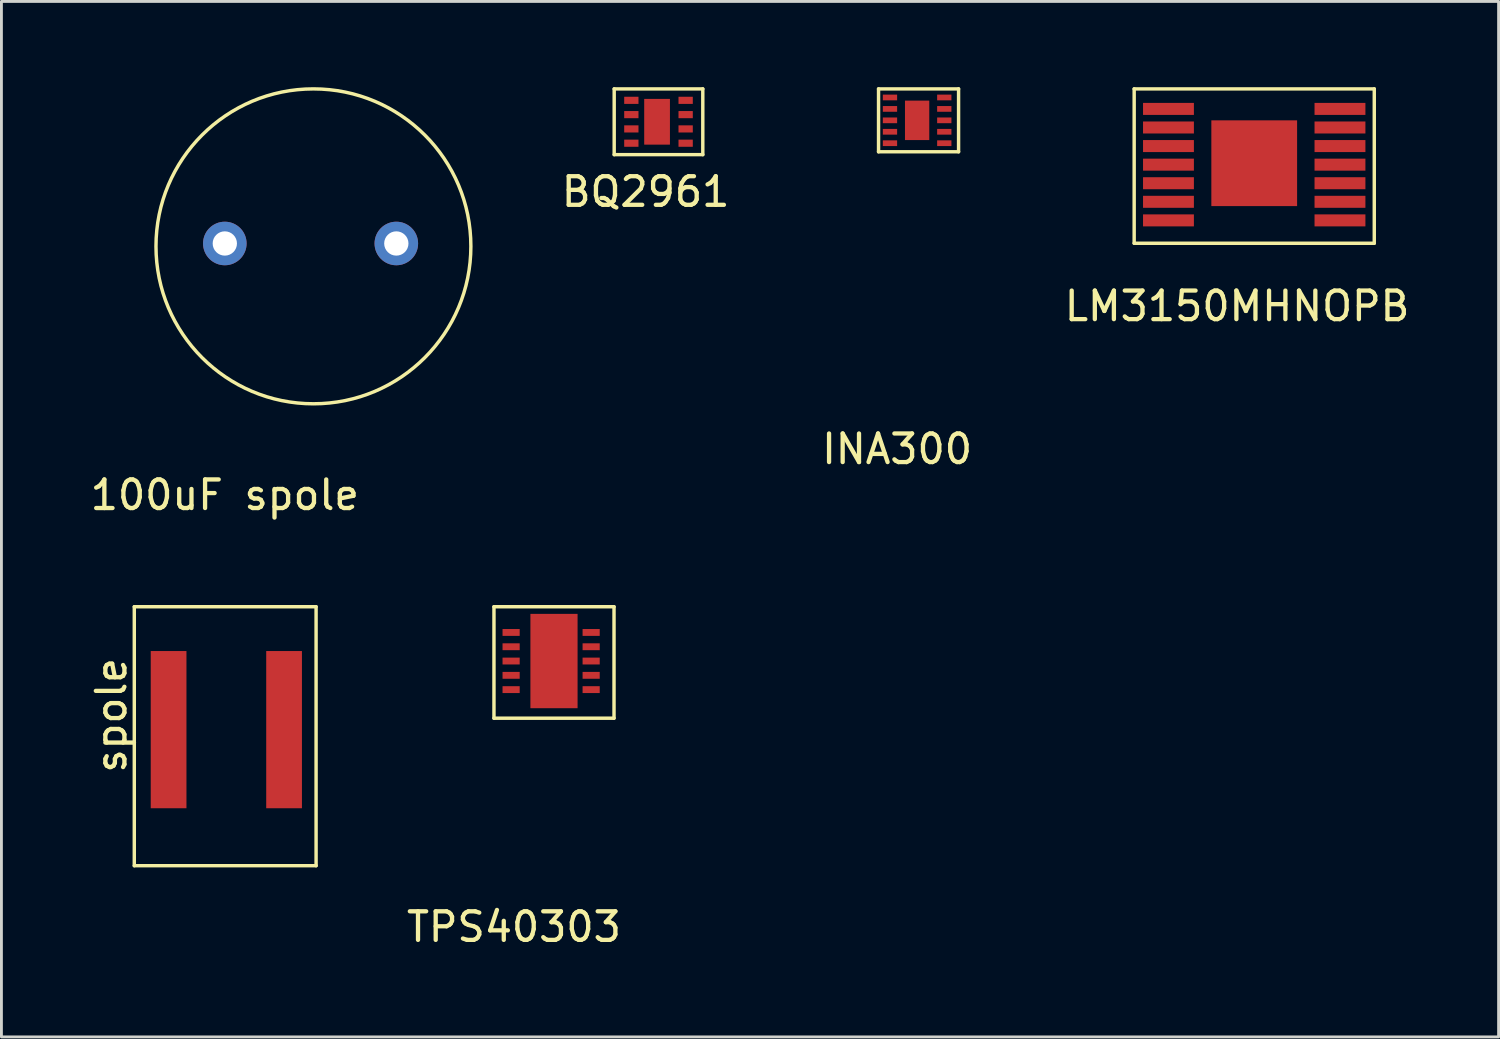
<source format=kicad_pcb>
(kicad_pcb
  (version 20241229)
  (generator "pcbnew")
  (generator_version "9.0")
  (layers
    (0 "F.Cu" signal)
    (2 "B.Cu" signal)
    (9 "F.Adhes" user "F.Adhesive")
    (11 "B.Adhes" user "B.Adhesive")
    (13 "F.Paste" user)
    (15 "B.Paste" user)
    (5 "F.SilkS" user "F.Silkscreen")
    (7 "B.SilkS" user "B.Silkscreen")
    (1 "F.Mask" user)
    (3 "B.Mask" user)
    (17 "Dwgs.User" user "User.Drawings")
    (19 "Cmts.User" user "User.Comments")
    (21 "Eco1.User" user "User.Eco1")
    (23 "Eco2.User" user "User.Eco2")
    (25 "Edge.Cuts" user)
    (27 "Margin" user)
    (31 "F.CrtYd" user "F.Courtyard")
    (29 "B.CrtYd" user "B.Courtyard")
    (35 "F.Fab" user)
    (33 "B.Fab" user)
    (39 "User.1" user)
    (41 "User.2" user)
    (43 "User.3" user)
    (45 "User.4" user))
  (footprint "spole"
    (layer "F.Cu")
    (at 1.648 21.676)
    (property "Reference" "spole" (at -0.8 0.3 90) (layer "F.SilkS") (effects (font (size 1 1) (thickness 0.15))))
    (attr through_hole)
    (fp_line (start 0 -3.5) (end 6.36 -3.5) (stroke (width 0.12) (type solid)) (layer "F.SilkS"))
    (fp_line (start 0 5.56) (end 0 -3.5) (stroke (width 0.12) (type solid)) (layer "F.SilkS"))
    (fp_line (start 0 5.56) (end 6.36 5.56) (stroke (width 0.12) (type solid)) (layer "F.SilkS"))
    (fp_line (start 6.36 -3.5) (end 6.36 5.56) (stroke (width 0.12) (type solid)) (layer "F.SilkS"))
    (pad "1" smd rect (at 1.2 0.8) (size 1.25 5.5) (layers "F.Cu" "F.Mask" "F.Paste"))
    (pad "2" smd rect (at 5.24 0.8) (size 1.25 5.5) (layers "F.Cu" "F.Mask" "F.Paste")))
  (footprint "INA300"
    (layer "F.Cu")
    (at 29.035 1.06)
    (property "Reference" "INA300" (at -0.7 11.6 0) (layer "F.SilkS") (effects (font (size 1 1) (thickness 0.15))))
    (attr through_hole)
    (fp_line (start -1.35 -1) (end 1.45 -1) (stroke (width 0.12) (type solid)) (layer "F.SilkS"))
    (fp_line (start -1.35 1.2) (end -1.35 -1) (stroke (width 0.12) (type solid)) (layer "F.SilkS"))
    (fp_line (start 1.45 -1) (end 1.45 1.2) (stroke (width 0.12) (type solid)) (layer "F.SilkS"))
    (fp_line (start 1.45 1.2) (end -1.35 1.2) (stroke (width 0.12) (type solid)) (layer "F.SilkS"))
    (pad "1" smd rect (at -0.95 -0.7) (size 0.5 0.2) (layers "F.Cu" "F.Mask" "F.Paste"))
    (pad "2" smd rect (at -0.95 -0.3) (size 0.5 0.2) (layers "F.Cu" "F.Mask" "F.Paste"))
    (pad "3" smd rect (at -0.95 0.1) (size 0.5 0.2) (layers "F.Cu" "F.Mask" "F.Paste"))
    (pad "4" smd rect (at -0.95 0.5) (size 0.5 0.2) (layers "F.Cu" "F.Mask" "F.Paste"))
    (pad "5" smd rect (at -0.95 0.9) (size 0.5 0.2) (layers "F.Cu" "F.Mask" "F.Paste"))
    (pad "6" smd rect (at 0.95 0.9) (size 0.5 0.2) (layers "F.Cu" "F.Mask" "F.Paste"))
    (pad "7" smd rect (at 0.95 0.5) (size 0.5 0.2) (layers "F.Cu" "F.Mask" "F.Paste"))
    (pad "8" smd rect (at 0.95 0.1) (size 0.5 0.2) (layers "F.Cu" "F.Mask" "F.Paste"))
    (pad "9" smd rect (at 0.95 -0.3) (size 0.5 0.2) (layers "F.Cu" "F.Mask" "F.Paste"))
    (pad "10" smd rect (at 0.95 -0.7) (size 0.5 0.2) (layers "F.Cu" "F.Mask" "F.Paste"))
    (pad "11" smd rect (at 0 0.1) (size 0.85 1.38) (layers "F.Cu" "F.Mask" "F.Paste")))
  (footprint "100uF spole"
    (layer "F.Cu")
    (at 4.815 5.468)
    (property "Reference" "100uF spole" (at 0 8.8 0) (layer "F.SilkS") (effects (font (size 1 1) (thickness 0.15))))
    (attr through_hole)
    (fp_circle (center 3.1 0.1) (end 8.4 -1.4) (stroke (width 0.12) (type solid)) (fill no) (layer "F.SilkS"))
    (pad "1" thru_hole circle (at 0 0) (size 1.524 1.524) (drill 0.85) (layers "*.Cu" "*.Mask"))
    (pad "2" thru_hole circle (at 6 0) (size 1.524 1.524) (drill 0.85) (layers "*.Cu" "*.Mask")))
  (footprint "LM3150MHNOPB"
    (layer "F.Cu")
    (at 37.828 0.56)
    (property "Reference" "LM3150MHNOPB" (at 2.4 7.1 0) (layer "F.SilkS") (effects (font (size 1 1) (thickness 0.15))))
    (attr through_hole)
    (fp_line (start -1.2 -0.5) (end 7.2 -0.5) (stroke (width 0.12) (type solid)) (layer "F.SilkS"))
    (fp_line (start -1.2 4.9) (end -1.2 -0.5) (stroke (width 0.12) (type solid)) (layer "F.SilkS"))
    (fp_line (start 7.2 -0.5) (end 7.2 4.9) (stroke (width 0.12) (type solid)) (layer "F.SilkS"))
    (fp_line (start 7.2 4.9) (end -1.2 4.9) (stroke (width 0.12) (type solid)) (layer "F.SilkS"))
    (pad "1" smd rect (at 0 0.2) (size 1.78 0.42) (layers "F.Cu" "F.Mask" "F.Paste"))
    (pad "2" smd rect (at 0 0.85) (size 1.78 0.42) (layers "F.Cu" "F.Mask" "F.Paste"))
    (pad "3" smd rect (at 0 1.5) (size 1.78 0.42) (layers "F.Cu" "F.Mask" "F.Paste"))
    (pad "4" smd rect (at 0 2.15) (size 1.78 0.42) (layers "F.Cu" "F.Mask" "F.Paste"))
    (pad "5" smd rect (at 0 2.8) (size 1.78 0.42) (layers "F.Cu" "F.Mask" "F.Paste"))
    (pad "6" smd rect (at 0 3.45) (size 1.78 0.42) (layers "F.Cu" "F.Mask" "F.Paste"))
    (pad "7" smd rect (at 0 4.1) (size 1.78 0.42) (layers "F.Cu" "F.Mask" "F.Paste"))
    (pad "8" smd rect (at 6 4.1) (size 1.78 0.42) (layers "F.Cu" "F.Mask" "F.Paste"))
    (pad "9" smd rect (at 6 3.45) (size 1.78 0.42) (layers "F.Cu" "F.Mask" "F.Paste"))
    (pad "10" smd rect (at 6 2.8) (size 1.78 0.42) (layers "F.Cu" "F.Mask" "F.Paste"))
    (pad "11" smd rect (at 6 2.15) (size 1.78 0.42) (layers "F.Cu" "F.Mask" "F.Paste"))
    (pad "12" smd rect (at 6 1.5) (size 1.78 0.42) (layers "F.Cu" "F.Mask" "F.Paste"))
    (pad "13" smd rect (at 6 0.85) (size 1.78 0.42) (layers "F.Cu" "F.Mask" "F.Paste"))
    (pad "14" smd rect (at 6 0.2) (size 1.78 0.42) (layers "F.Cu" "F.Mask" "F.Paste"))
    (pad "15" smd rect (at 3 2.1) (size 3 3) (layers "F.Cu" "F.Mask" "F.Paste")))
  (footprint "TPS40303"
    (layer "F.Cu")
    (at 14.731 19.076)
    (property "Reference" "TPS40303" (at 0.2 10.3 0) (layer "F.SilkS") (effects (font (size 1 1) (thickness 0.15))))
    (attr through_hole)
    (fp_line (start -0.5 -0.9) (end 3.7 -0.9) (stroke (width 0.12) (type solid)) (layer "F.SilkS"))
    (fp_line (start -0.5 3) (end -0.5 -0.9) (stroke (width 0.12) (type solid)) (layer "F.SilkS"))
    (fp_line (start 3.7 -0.9) (end 3.7 3) (stroke (width 0.12) (type solid)) (layer "F.SilkS"))
    (fp_line (start 3.7 3) (end -0.5 3) (stroke (width 0.12) (type solid)) (layer "F.SilkS"))
    (pad "1" smd rect (at 0.1 0) (size 0.6 0.24) (layers "F.Cu" "F.Mask" "F.Paste"))
    (pad "2" smd rect (at 0.1 0.5) (size 0.6 0.24) (layers "F.Cu" "F.Mask" "F.Paste"))
    (pad "3" smd rect (at 0.1 1) (size 0.6 0.24) (layers "F.Cu" "F.Mask" "F.Paste"))
    (pad "4" smd rect (at 0.1 1.5) (size 0.6 0.24) (layers "F.Cu" "F.Mask" "F.Paste"))
    (pad "5" smd rect (at 0.1 2) (size 0.6 0.24) (layers "F.Cu" "F.Mask" "F.Paste"))
    (pad "6" smd rect (at 2.9 2) (size 0.6 0.24) (layers "F.Cu" "F.Mask" "F.Paste"))
    (pad "7" smd rect (at 2.9 1.5) (size 0.6 0.24) (layers "F.Cu" "F.Mask" "F.Paste"))
    (pad "8" smd rect (at 2.9 1) (size 0.6 0.24) (layers "F.Cu" "F.Mask" "F.Paste"))
    (pad "9" smd rect (at 2.9 0.5) (size 0.6 0.24) (layers "F.Cu" "F.Mask" "F.Paste"))
    (pad "10" smd rect (at 2.9 0) (size 0.6 0.24) (layers "F.Cu" "F.Mask" "F.Paste"))
    (pad "11" smd rect (at 1.6 1) (size 1.65 3.3) (layers "F.Cu" "F.Mask" "F.Paste")))
  (footprint "BQ2961"
    (layer "F.Cu")
    (at 18.937 0.46)
    (property "Reference" "BQ2961" (at 0.6 3.2 0) (layer "F.SilkS") (effects (font (size 1 1) (thickness 0.15))))
    (attr through_hole)
    (fp_line (start -0.5 -0.4) (end 2.6 -0.4) (stroke (width 0.12) (type solid)) (layer "F.SilkS"))
    (fp_line (start -0.5 1.9) (end -0.5 -0.4) (stroke (width 0.12) (type solid)) (layer "F.SilkS"))
    (fp_line (start 2.6 -0.4) (end 2.6 1.9) (stroke (width 0.12) (type solid)) (layer "F.SilkS"))
    (fp_line (start 2.6 1.9) (end -0.5 1.9) (stroke (width 0.12) (type solid)) (layer "F.SilkS"))
    (pad "1" smd rect (at 0.1 1.5) (size 0.5 0.25) (layers "F.Cu" "F.Mask" "F.Paste"))
    (pad "2" smd rect (at 0.1 1) (size 0.5 0.25) (layers "F.Cu" "F.Mask" "F.Paste"))
    (pad "3" smd rect (at 0.1 0.5) (size 0.5 0.25) (layers "F.Cu" "F.Mask" "F.Paste"))
    (pad "4" smd rect (at 0.1 0) (size 0.5 0.25) (layers "F.Cu" "F.Mask" "F.Paste"))
    (pad "5" smd rect (at 2 0) (size 0.5 0.25) (layers "F.Cu" "F.Mask" "F.Paste"))
    (pad "6" smd rect (at 2 0.5) (size 0.5 0.25) (layers "F.Cu" "F.Mask" "F.Paste"))
    (pad "7" smd rect (at 2 1) (size 0.5 0.25) (layers "F.Cu" "F.Mask" "F.Paste"))
    (pad "8" smd rect (at 2 1.5) (size 0.5 0.25) (layers "F.Cu" "F.Mask" "F.Paste"))
    (pad "9" smd rect (at 1 0.75) (size 0.9 1.6) (layers "F.Cu" "F.Mask" "F.Paste")))
  (gr_rect
    (start -3 -3)
    (end 49.377 33.225)
    (stroke (width 0.1) (type default))
    (fill no)
    (layer "Edge.Cuts")))
</source>
